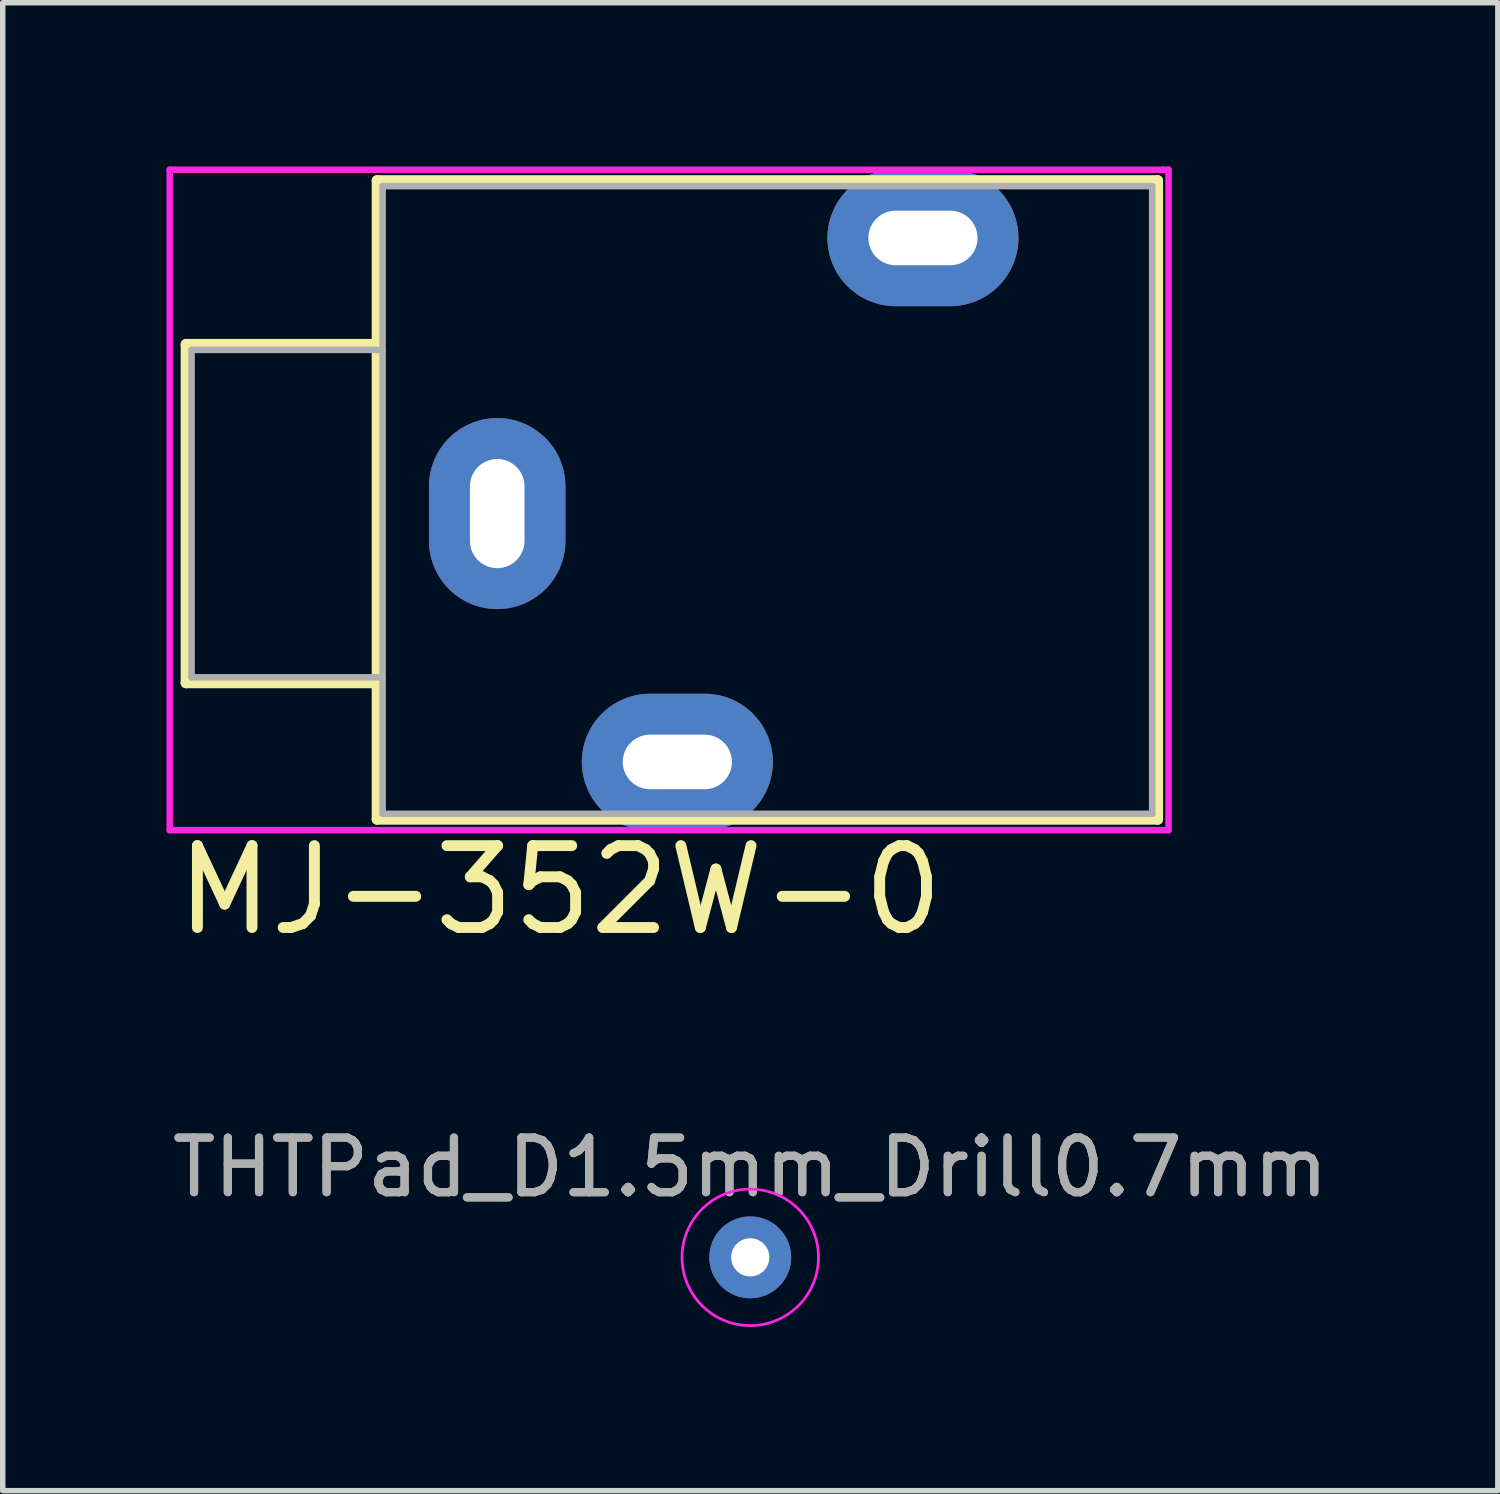
<source format=kicad_pcb>
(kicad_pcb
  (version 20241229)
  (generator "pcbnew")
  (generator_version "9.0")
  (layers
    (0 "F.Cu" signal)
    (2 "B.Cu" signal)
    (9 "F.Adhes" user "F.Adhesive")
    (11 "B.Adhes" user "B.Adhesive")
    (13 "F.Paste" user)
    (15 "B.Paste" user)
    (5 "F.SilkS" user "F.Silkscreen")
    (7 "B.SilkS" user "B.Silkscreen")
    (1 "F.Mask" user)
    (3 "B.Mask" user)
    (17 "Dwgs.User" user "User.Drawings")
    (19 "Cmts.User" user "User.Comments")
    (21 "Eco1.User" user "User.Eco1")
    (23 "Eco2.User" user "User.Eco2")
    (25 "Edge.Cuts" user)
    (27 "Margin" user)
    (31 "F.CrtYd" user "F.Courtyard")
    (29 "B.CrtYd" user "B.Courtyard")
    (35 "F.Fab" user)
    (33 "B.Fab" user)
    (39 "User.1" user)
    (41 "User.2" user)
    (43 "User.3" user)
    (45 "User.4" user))
  (footprint "MJ-352W-0"
    (layer "F.Cu")
    (at 3.96 6.36)
    (property "Reference" "MJ-352W-0" (at 3.25 6.9 0) (layer "F.SilkS") (effects (font (size 1.5 1.5) (thickness 0.2))))
    (attr through_hole)
    (fp_line (start -3.6 -3.1) (end -0.1 -3.1) (stroke (width 0.2) (type solid)) (layer "F.SilkS"))
    (fp_line (start -3.6 3.1) (end -3.6 -3.1) (stroke (width 0.2) (type solid)) (layer "F.SilkS"))
    (fp_line (start -0.1 -6.1) (end 14.2 -6.1) (stroke (width 0.2) (type solid)) (layer "F.SilkS"))
    (fp_line (start -0.1 3.1) (end -3.6 3.1) (stroke (width 0.2) (type solid)) (layer "F.SilkS"))
    (fp_line (start -0.1 5.6) (end -0.1 -6.1) (stroke (width 0.2) (type solid)) (layer "F.SilkS"))
    (fp_line (start 14.2 -6.1) (end 14.2 5.6) (stroke (width 0.2) (type solid)) (layer "F.SilkS"))
    (fp_line (start 14.2 5.6) (end -0.1 5.6) (stroke (width 0.2) (type solid)) (layer "F.SilkS"))
    (fp_line (start -3.9 -6.3) (end -3.9 5.8) (stroke (width 0.12) (type solid)) (layer "F.CrtYd"))
    (fp_line (start -3.9 5.8) (end 14.4 5.8) (stroke (width 0.12) (type solid)) (layer "F.CrtYd"))
    (fp_line (start 14.3 -6.3) (end -3.9 -6.3) (stroke (width 0.12) (type solid)) (layer "F.CrtYd"))
    (fp_line (start 14.3 -6.3) (end 14.4 -6.3) (stroke (width 0.12) (type solid)) (layer "F.CrtYd"))
    (fp_line (start 14.4 5.8) (end 14.4 -6.3) (stroke (width 0.12) (type solid)) (layer "F.CrtYd"))
    (fp_line (start -3.5 -3) (end 0 -3) (stroke (width 0.12) (type solid)) (layer "F.Fab"))
    (fp_line (start -3.5 3) (end -3.5 -3) (stroke (width 0.12) (type solid)) (layer "F.Fab"))
    (fp_line (start 0 -6) (end 14.1 -6) (stroke (width 0.12) (type solid)) (layer "F.Fab"))
    (fp_line (start 0 3) (end -3.5 3) (stroke (width 0.12) (type solid)) (layer "F.Fab"))
    (fp_line (start 0 5.5) (end 0 -6) (stroke (width 0.12) (type solid)) (layer "F.Fab"))
    (fp_line (start 14.1 -6) (end 14.1 5.5) (stroke (width 0.12) (type solid)) (layer "F.Fab"))
    (fp_line (start 14.1 5.5) (end 0 5.5) (stroke (width 0.12) (type solid)) (layer "F.Fab"))
    (pad "R" thru_hole oval (at 9.9 -5.05 90) (size 2.5 3.5) (drill oval 1 2) (layers "*.Cu" "*.Mask"))
    (pad "S" thru_hole oval (at 2.1 0) (size 2.5 3.5) (drill oval 1 2) (layers "*.Cu" "*.Mask"))
    (pad "T" thru_hole oval (at 5.4 4.55 90) (size 2.5 3.5) (drill oval 1 2) (layers "*.Cu" "*.Mask")))
  (footprint "THTPad_D1.5mm_Drill0.7mm"
    (layer "F.Cu")
    (at 10.696 19.987)
    (property "Reference" "THTPad_D1.5mm_Drill0.7mm" (at 0 -1.648 0) (layer "F.Fab") (effects (font (size 1 1) (thickness 0.15))))
    (attr exclude_from_pos_files exclude_from_bom)
    (fp_circle (center 0 0) (end 1.25 0) (stroke (width 0.05) (type solid)) (fill no) (layer "F.CrtYd"))
    (fp_text user "${REFERENCE}" (at 0 -1.65 0) (layer "F.Fab") (effects (font (size 1 1) (thickness 0.15))))
    (pad "1" thru_hole circle (at 0 0) (size 1.5 1.5) (drill 0.7) (layers "*.Cu" "*.Mask")))
  (gr_rect
    (start -3 -3)
    (end 24.393 24.262)
    (stroke (width 0.1) (type default))
    (fill no)
    (layer "Edge.Cuts")))
</source>
